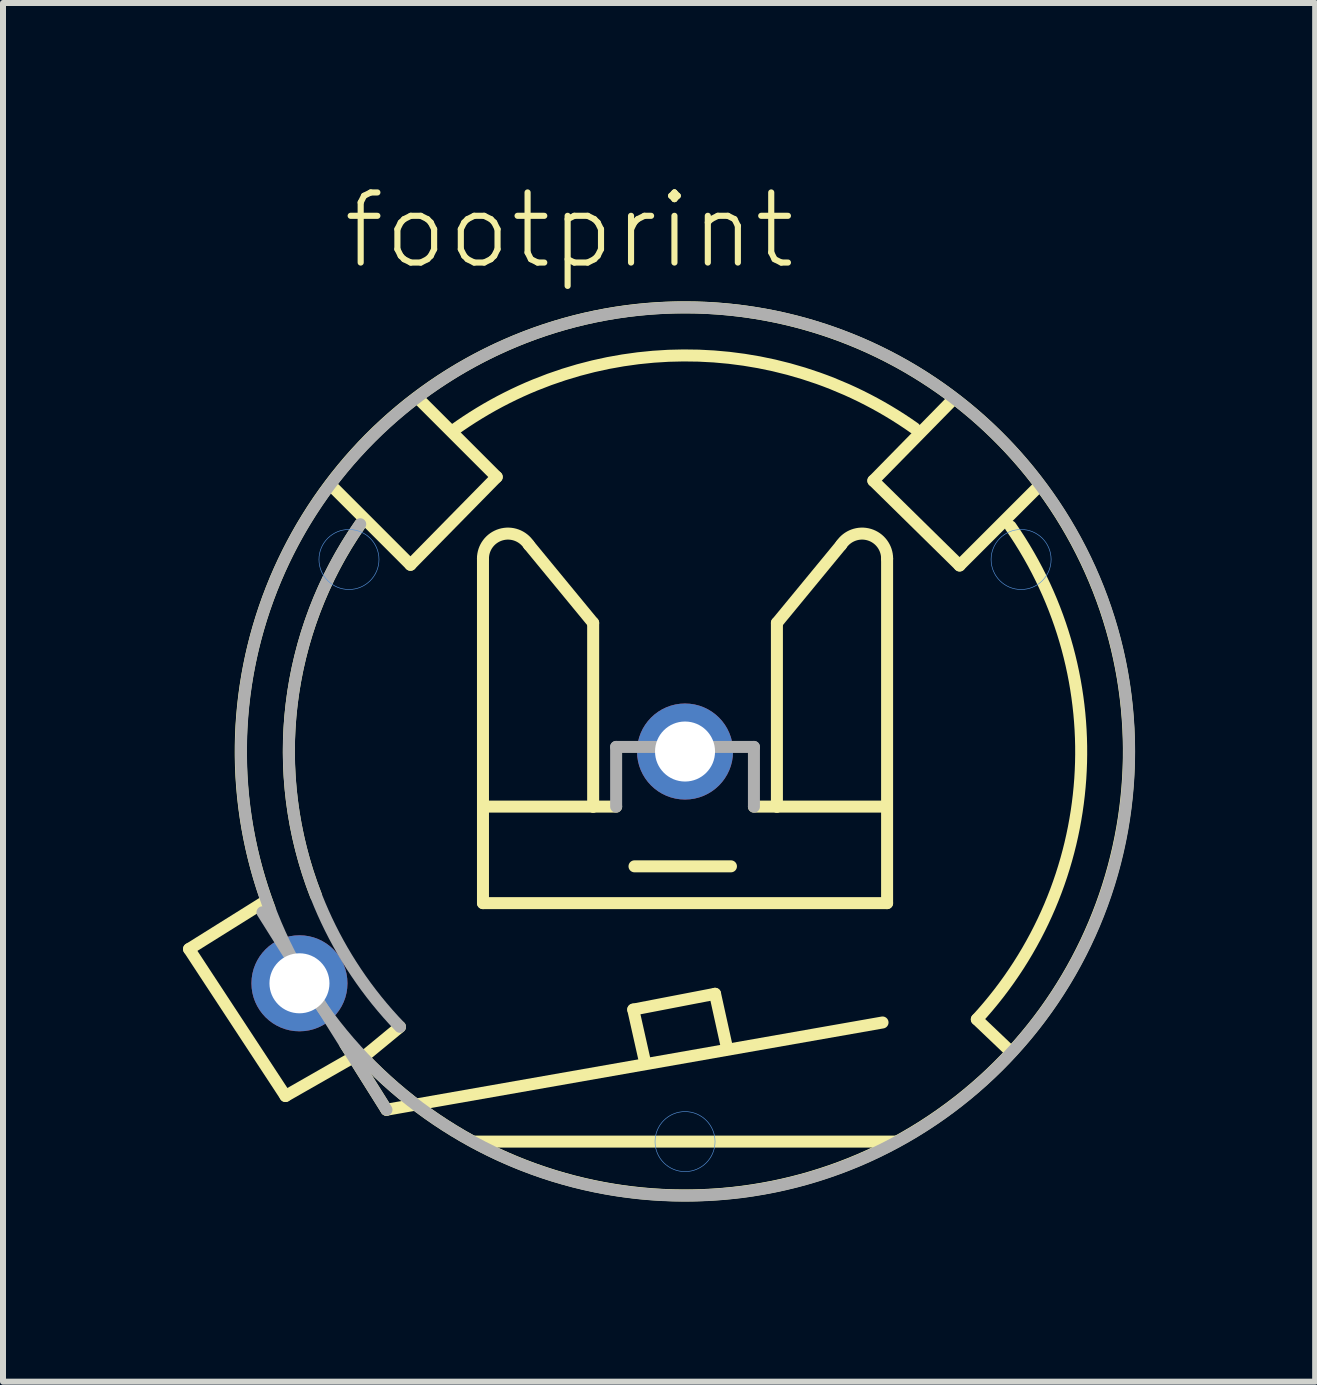
<source format=kicad_pcb>
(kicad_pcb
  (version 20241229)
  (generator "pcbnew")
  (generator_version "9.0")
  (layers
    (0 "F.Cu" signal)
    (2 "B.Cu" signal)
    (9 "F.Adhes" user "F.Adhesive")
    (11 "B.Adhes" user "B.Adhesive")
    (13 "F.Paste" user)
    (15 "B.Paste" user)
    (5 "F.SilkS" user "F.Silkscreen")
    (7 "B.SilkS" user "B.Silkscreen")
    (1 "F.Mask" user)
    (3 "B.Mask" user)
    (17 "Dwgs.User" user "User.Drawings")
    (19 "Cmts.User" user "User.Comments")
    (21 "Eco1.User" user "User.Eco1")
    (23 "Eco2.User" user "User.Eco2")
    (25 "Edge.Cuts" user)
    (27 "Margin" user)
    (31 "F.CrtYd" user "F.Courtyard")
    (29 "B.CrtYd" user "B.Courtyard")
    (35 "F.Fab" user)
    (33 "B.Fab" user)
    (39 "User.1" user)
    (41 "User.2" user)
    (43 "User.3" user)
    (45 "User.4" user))
  (footprint "footprint"
    (layer "F.Cu")
    (at 8.365 9.473)
    (property "Reference" "footprint" (at -5.75 -8 0) (layer "F.SilkS") (effects (font (size 1.168 1.168) (thickness 0.102)) (justify left bottom)))
    (fp_line (start -8.265 3.291) (end -7 2.5) (stroke (width 0.2) (type solid)) (layer "F.SilkS"))
    (fp_line (start -6.658 5.74) (end -8.265 3.291) (stroke (width 0.2) (type solid)) (layer "F.SilkS"))
    (fp_line (start -5.838 -4.375) (end -4.575 -3.112) (stroke (width 0.2) (type solid)) (layer "F.SilkS"))
    (fp_line (start -5.587 5.128) (end -6.658 5.74) (stroke (width 0.2) (type solid)) (layer "F.SilkS"))
    (fp_line (start -5.325 5.062) (end -4.75 4.588) (stroke (width 0.2) (type solid)) (layer "F.SilkS"))
    (fp_line (start -4.975 5.969) (end -5.662 4.875) (stroke (width 0.2) (type solid)) (layer "F.SilkS"))
    (fp_line (start -4.575 -3.112) (end -3.138 -4.575) (stroke (width 0.2) (type solid)) (layer "F.SilkS"))
    (fp_line (start -3.367 2.526) (end -3.367 -3.214) (stroke (width 0.2) (type solid)) (layer "F.SilkS"))
    (fp_line (start -3.367 2.526) (end 3.367 2.526) (stroke (width 0.2) (type solid)) (layer "F.SilkS"))
    (fp_line (start -3.138 -4.575) (end -4.438 -5.875) (stroke (width 0.2) (type solid)) (layer "F.SilkS"))
    (fp_line (start -2.602 -3.444) (end -1.531 -2.143) (stroke (width 0.2) (type solid)) (layer "F.SilkS"))
    (fp_line (start -1.531 -2.143) (end -1.531 0.918) (stroke (width 0.2) (type solid)) (layer "F.SilkS"))
    (fp_line (start -1.531 0.918) (end -3.291 0.918) (stroke (width 0.2) (type solid)) (layer "F.SilkS"))
    (fp_line (start -1.531 0.918) (end -1.148 0.918) (stroke (width 0.2) (type solid)) (layer "F.SilkS"))
    (fp_line (start -0.863 4.3) (end 0.5 4.037) (stroke (width 0.2) (type solid)) (layer "F.SilkS"))
    (fp_line (start -0.842 1.913) (end 0.765 1.913) (stroke (width 0.2) (type solid)) (layer "F.SilkS"))
    (fp_line (start -0.675 5.138) (end -0.863 4.3) (stroke (width 0.2) (type solid)) (layer "F.SilkS"))
    (fp_line (start 0.5 4.037) (end 0.688 4.888) (stroke (width 0.2) (type solid)) (layer "F.SilkS"))
    (fp_line (start 1.531 -2.143) (end 1.531 0.918) (stroke (width 0.2) (type solid)) (layer "F.SilkS"))
    (fp_line (start 1.531 0.918) (end 1.148 0.918) (stroke (width 0.2) (type solid)) (layer "F.SilkS"))
    (fp_line (start 1.531 0.918) (end 3.291 0.918) (stroke (width 0.2) (type solid)) (layer "F.SilkS"))
    (fp_line (start 2.602 -3.444) (end 1.531 -2.143) (stroke (width 0.2) (type solid)) (layer "F.SilkS"))
    (fp_line (start 3.138 -4.513) (end 4.575 -3.1) (stroke (width 0.2) (type solid)) (layer "F.SilkS"))
    (fp_line (start 3.291 4.515) (end -4.975 5.969) (stroke (width 0.2) (type solid)) (layer "F.SilkS"))
    (fp_line (start 3.367 2.526) (end 3.367 -3.214) (stroke (width 0.2) (type solid)) (layer "F.SilkS"))
    (fp_line (start 3.5 6.5) (end -3.5 6.5) (stroke (width 0.2) (type solid)) (layer "F.SilkS"))
    (fp_line (start 4.425 -5.825) (end 3.138 -4.513) (stroke (width 0.2) (type solid)) (layer "F.SilkS"))
    (fp_line (start 4.575 -3.1) (end 5.875 -4.4) (stroke (width 0.2) (type solid)) (layer "F.SilkS"))
    (fp_line (start 5.412 4.987) (end 4.862 4.463) (stroke (width 0.2) (type solid)) (layer "F.SilkS"))
    (fp_arc (start -6.925 2.6125) (mid 6.257319 -3.946234) (end -5.35 5.1125) (stroke (width 0.2) (type solid)) (layer "F.SilkS"))
    (fp_arc (start -6.15 2.4) (mid -6.555895 -0.786081) (end -5.4125 -3.7875) (stroke (width 0.2) (type solid)) (layer "F.SilkS"))
    (fp_arc (start -3.8625 -5.350001) (mid -0.024757 -6.600172) (end 3.825 -5.3875) (stroke (width 0.2) (type solid)) (layer "F.SilkS"))
    (fp_arc (start -3.367362 -3.214303) (mid -3.070117 -3.613806) (end -2.60205 -3.443893) (stroke (width 0.2) (type solid)) (layer "F.SilkS"))
    (fp_arc (start 2.60205 -3.443893) (mid 3.070117 -3.613807) (end 3.367362 -3.214303) (stroke (width 0.2) (type solid)) (layer "F.SilkS"))
    (fp_arc (start 5.425 -3.750001) (mid 6.585944 0.45503) (end 4.8625 4.4625) (stroke (width 0.2) (type solid)) (layer "F.SilkS"))
    (fp_circle (center -5.6 -3.2) (end -5.1 -3.2) (stroke (width 0.01) (type solid)) (fill no) (layer "Cmts.User"))
    (fp_circle (center 0 6.5) (end 0.5 6.5) (stroke (width 0.01) (type solid)) (fill no) (layer "Cmts.User"))
    (fp_circle (center 5.6 -3.2) (end 6.1 -3.2) (stroke (width 0.01) (type solid)) (fill no) (layer "Cmts.User"))
    (fp_line (start -4.975 5.969) (end -7.041 2.679) (stroke (width 0.2) (type solid)) (layer "F.Fab"))
    (fp_line (start -1.148 0.918) (end -1.148 -0.077) (stroke (width 0.2) (type solid)) (layer "F.Fab"))
    (fp_line (start 1.148 -0.077) (end -1.148 -0.077) (stroke (width 0.2) (type solid)) (layer "F.Fab"))
    (fp_line (start 1.148 0.918) (end 1.148 -0.077) (stroke (width 0.2) (type solid)) (layer "F.Fab"))
    (fp_arc (start -4.750002 4.5875) (mid -6.580195 0.518573) (end -5.4125 -3.7875) (stroke (width 0.2) (type solid)) (layer "F.Fab"))
    (fp_circle (center 0 0) (end 7.4 0) (stroke (width 0.2) (type solid)) (fill no) (layer "F.Fab"))
    (pad "+" thru_hole circle (at -6.425 3.862) (size 1.6 1.6) (drill 1) (layers "*.Cu" "*.Mask"))
    (pad "-" thru_hole circle (at 0 0) (size 1.6 1.6) (drill 1) (layers "*.Cu" "*.Mask")))
  (gr_rect
    (start -3 -3)
    (end 18.865 19.973)
    (stroke (width 0.1) (type default))
    (fill no)
    (layer "Edge.Cuts")))
</source>
